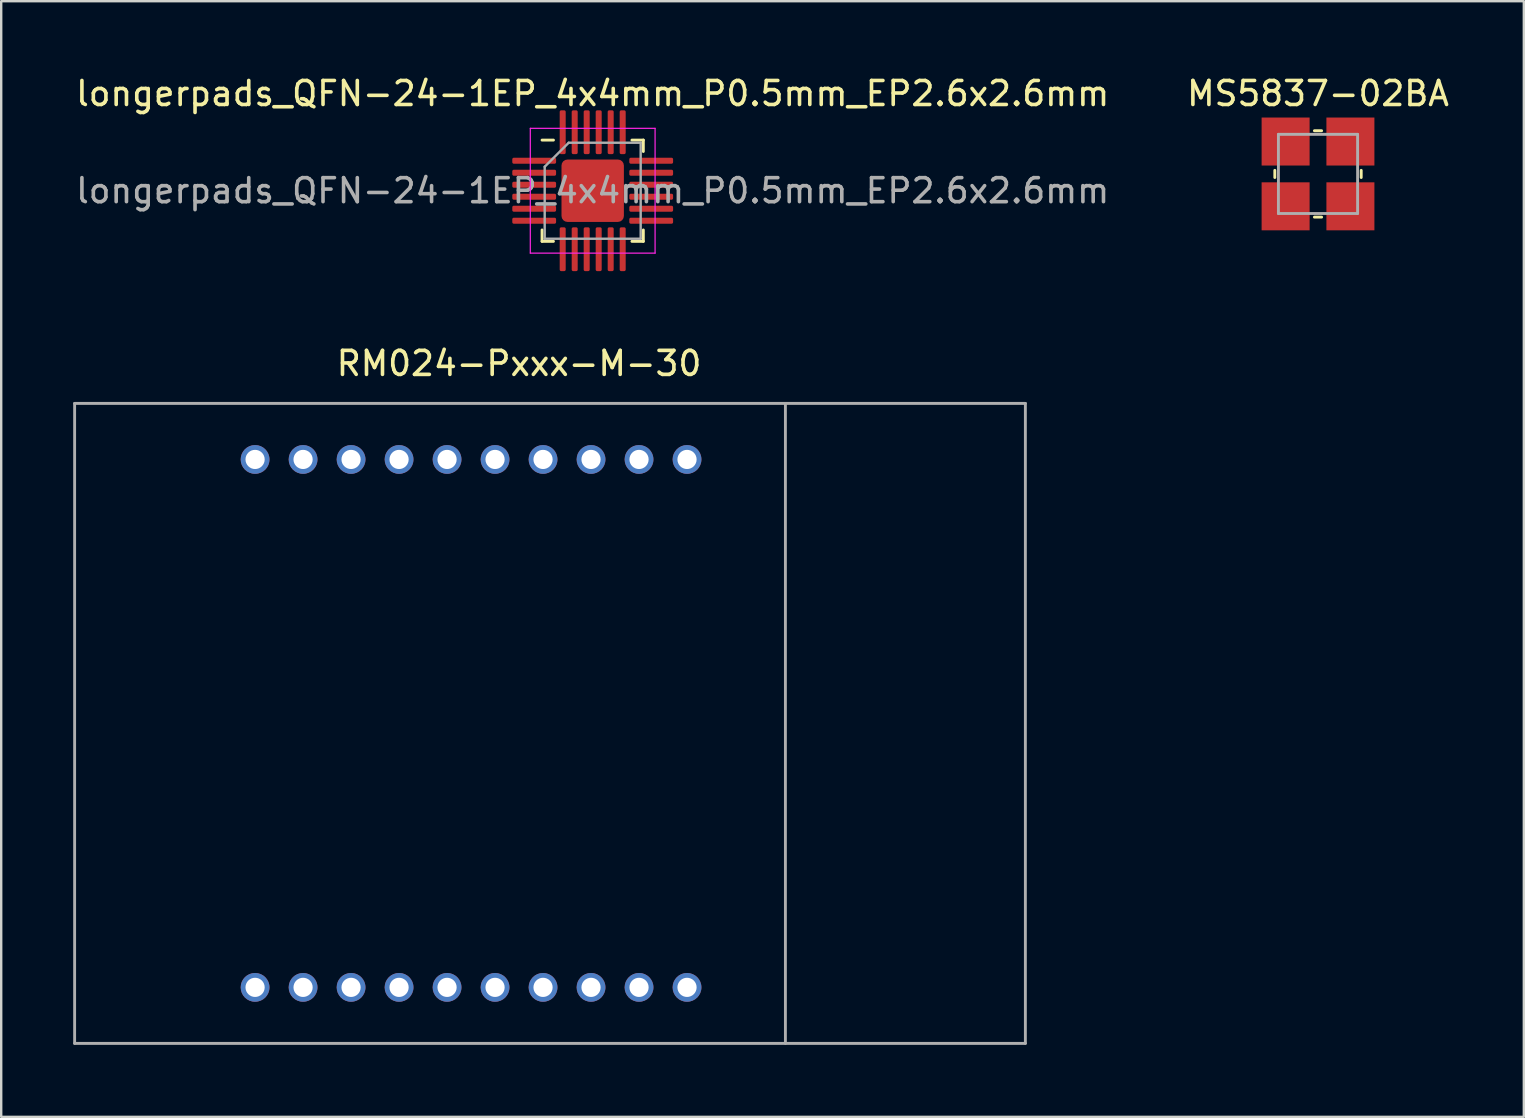
<source format=kicad_pcb>
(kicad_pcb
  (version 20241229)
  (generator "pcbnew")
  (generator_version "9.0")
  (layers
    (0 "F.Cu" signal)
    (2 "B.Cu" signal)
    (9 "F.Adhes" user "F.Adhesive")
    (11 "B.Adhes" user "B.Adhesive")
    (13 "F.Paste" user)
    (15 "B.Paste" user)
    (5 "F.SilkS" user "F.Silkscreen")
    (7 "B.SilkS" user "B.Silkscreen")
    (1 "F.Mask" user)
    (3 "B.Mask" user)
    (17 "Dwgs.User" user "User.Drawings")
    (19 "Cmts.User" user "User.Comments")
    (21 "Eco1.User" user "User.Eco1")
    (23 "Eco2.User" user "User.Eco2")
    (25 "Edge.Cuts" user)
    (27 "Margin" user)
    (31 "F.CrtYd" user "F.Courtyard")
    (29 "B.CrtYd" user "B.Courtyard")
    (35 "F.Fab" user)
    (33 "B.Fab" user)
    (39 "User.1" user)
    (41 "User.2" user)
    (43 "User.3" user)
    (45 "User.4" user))
  (footprint "longerpads_QFN-24-1EP_4x4mm_P0.5mm_EP2.6x2.6mm"
    (layer "F.Cu")
    (at 21.649 4.898)
    (property "Reference" "longerpads_QFN-24-1EP_4x4mm_P0.5mm_EP2.6x2.6mm" (at 0 -4.05 0) (layer "F.SilkS") (effects (font (size 1 1) (thickness 0.15))))
    (attr smd)
    (fp_line (start -2.11 2.11) (end -2.11 1.635) (stroke (width 0.12) (type solid)) (layer "F.SilkS"))
    (fp_line (start -1.635 -2.11) (end -2.11 -2.11) (stroke (width 0.12) (type solid)) (layer "F.SilkS"))
    (fp_line (start -1.635 2.11) (end -2.11 2.11) (stroke (width 0.12) (type solid)) (layer "F.SilkS"))
    (fp_line (start 1.635 -2.11) (end 2.11 -2.11) (stroke (width 0.12) (type solid)) (layer "F.SilkS"))
    (fp_line (start 1.635 2.11) (end 2.11 2.11) (stroke (width 0.12) (type solid)) (layer "F.SilkS"))
    (fp_line (start 2.11 -2.11) (end 2.11 -1.635) (stroke (width 0.12) (type solid)) (layer "F.SilkS"))
    (fp_line (start 2.11 2.11) (end 2.11 1.635) (stroke (width 0.12) (type solid)) (layer "F.SilkS"))
    (fp_line (start -2.6 -2.6) (end -2.6 2.6) (stroke (width 0.05) (type solid)) (layer "F.CrtYd"))
    (fp_line (start -2.6 2.6) (end 2.6 2.6) (stroke (width 0.05) (type solid)) (layer "F.CrtYd"))
    (fp_line (start 2.6 -2.6) (end -2.6 -2.6) (stroke (width 0.05) (type solid)) (layer "F.CrtYd"))
    (fp_line (start 2.6 2.6) (end 2.6 -2.6) (stroke (width 0.05) (type solid)) (layer "F.CrtYd"))
    (fp_line (start -2 -1) (end -1 -2) (stroke (width 0.1) (type solid)) (layer "F.Fab"))
    (fp_line (start -2 2) (end -2 -1) (stroke (width 0.1) (type solid)) (layer "F.Fab"))
    (fp_line (start -1 -2) (end 2 -2) (stroke (width 0.1) (type solid)) (layer "F.Fab"))
    (fp_line (start 2 -2) (end 2 2) (stroke (width 0.1) (type solid)) (layer "F.Fab"))
    (fp_line (start 2 2) (end -2 2) (stroke (width 0.1) (type solid)) (layer "F.Fab"))
    (fp_text user "${REFERENCE}" (at 0 0 0) (layer "F.Fab") (effects (font (size 1 1) (thickness 0.15))))
    (pad "" smd roundrect (at -0.65 -0.65) (size 1.05 1.05) (layers "F.Paste") (roundrect_rratio 0.238))
    (pad "" smd roundrect (at -0.65 0.65) (size 1.05 1.05) (layers "F.Paste") (roundrect_rratio 0.238))
    (pad "" smd roundrect (at 0.65 -0.65) (size 1.05 1.05) (layers "F.Paste") (roundrect_rratio 0.238))
    (pad "" smd roundrect (at 0.65 0.65) (size 1.05 1.05) (layers "F.Paste") (roundrect_rratio 0.238))
    (pad "1" smd roundrect (at -2.438 -1.25) (size 1.825 0.25) (layers "F.Cu" "F.Mask" "F.Paste") (roundrect_rratio 0.25))
    (pad "2" smd roundrect (at -2.438 -0.75) (size 1.825 0.25) (layers "F.Cu" "F.Mask" "F.Paste") (roundrect_rratio 0.25))
    (pad "3" smd roundrect (at -2.438 -0.25) (size 1.825 0.25) (layers "F.Cu" "F.Mask" "F.Paste") (roundrect_rratio 0.25))
    (pad "4" smd roundrect (at -2.438 0.25) (size 1.825 0.25) (layers "F.Cu" "F.Mask" "F.Paste") (roundrect_rratio 0.25))
    (pad "5" smd roundrect (at -2.438 0.75) (size 1.825 0.25) (layers "F.Cu" "F.Mask" "F.Paste") (roundrect_rratio 0.25))
    (pad "6" smd roundrect (at -2.438 1.25) (size 1.825 0.25) (layers "F.Cu" "F.Mask" "F.Paste") (roundrect_rratio 0.25))
    (pad "7" smd roundrect (at -1.25 2.438) (size 0.25 1.825) (layers "F.Cu" "F.Mask" "F.Paste") (roundrect_rratio 0.25))
    (pad "8" smd roundrect (at -0.75 2.438) (size 0.25 1.825) (layers "F.Cu" "F.Mask" "F.Paste") (roundrect_rratio 0.25))
    (pad "9" smd roundrect (at -0.25 2.438) (size 0.25 1.825) (layers "F.Cu" "F.Mask" "F.Paste") (roundrect_rratio 0.25))
    (pad "10" smd roundrect (at 0.25 2.438) (size 0.25 1.825) (layers "F.Cu" "F.Mask" "F.Paste") (roundrect_rratio 0.25))
    (pad "11" smd roundrect (at 0.75 2.438) (size 0.25 1.825) (layers "F.Cu" "F.Mask" "F.Paste") (roundrect_rratio 0.25))
    (pad "12" smd roundrect (at 1.25 2.438) (size 0.25 1.825) (layers "F.Cu" "F.Mask" "F.Paste") (roundrect_rratio 0.25))
    (pad "13" smd roundrect (at 2.438 1.25) (size 1.825 0.25) (layers "F.Cu" "F.Mask" "F.Paste") (roundrect_rratio 0.25))
    (pad "14" smd roundrect (at 2.438 0.75) (size 1.825 0.25) (layers "F.Cu" "F.Mask" "F.Paste") (roundrect_rratio 0.25))
    (pad "15" smd roundrect (at 2.438 0.25) (size 1.825 0.25) (layers "F.Cu" "F.Mask" "F.Paste") (roundrect_rratio 0.25))
    (pad "16" smd roundrect (at 2.438 -0.25) (size 1.825 0.25) (layers "F.Cu" "F.Mask" "F.Paste") (roundrect_rratio 0.25))
    (pad "17" smd roundrect (at 2.438 -0.75) (size 1.825 0.25) (layers "F.Cu" "F.Mask" "F.Paste") (roundrect_rratio 0.25))
    (pad "18" smd roundrect (at 2.438 -1.25) (size 1.825 0.25) (layers "F.Cu" "F.Mask" "F.Paste") (roundrect_rratio 0.25))
    (pad "19" smd roundrect (at 1.25 -2.438) (size 0.25 1.825) (layers "F.Cu" "F.Mask" "F.Paste") (roundrect_rratio 0.25))
    (pad "20" smd roundrect (at 0.75 -2.438) (size 0.25 1.825) (layers "F.Cu" "F.Mask" "F.Paste") (roundrect_rratio 0.25))
    (pad "21" smd roundrect (at 0.25 -2.438) (size 0.25 1.825) (layers "F.Cu" "F.Mask" "F.Paste") (roundrect_rratio 0.25))
    (pad "22" smd roundrect (at -0.25 -2.438) (size 0.25 1.825) (layers "F.Cu" "F.Mask" "F.Paste") (roundrect_rratio 0.25))
    (pad "23" smd roundrect (at -0.75 -2.438) (size 0.25 1.825) (layers "F.Cu" "F.Mask" "F.Paste") (roundrect_rratio 0.25))
    (pad "24" smd roundrect (at -1.25 -2.438) (size 0.25 1.825) (layers "F.Cu" "F.Mask" "F.Paste") (roundrect_rratio 0.25))
    (pad "25" smd roundrect (at 0 0) (size 2.6 2.6) (layers "F.Cu" "F.Mask") (roundrect_rratio 0.096)))
  (footprint "MS5837-02BA"
    (layer "F.Cu")
    (at 51.875 4.198)
    (property "Reference" "MS5837-02BA" (at 0 -3.35 0) (layer "F.SilkS") (effects (font (size 1 1) (thickness 0.15))))
    (attr through_hole)
    (fp_line (start -1.8 -0.15) (end -1.8 0.15) (stroke (width 0.12) (type solid)) (layer "F.SilkS"))
    (fp_line (start -0.15 -1.8) (end 0.15 -1.8) (stroke (width 0.12) (type solid)) (layer "F.SilkS"))
    (fp_line (start -0.15 1.8) (end 0.15 1.8) (stroke (width 0.12) (type solid)) (layer "F.SilkS"))
    (fp_line (start 1.8 -0.15) (end 1.8 0.15) (stroke (width 0.12) (type solid)) (layer "F.SilkS"))
    (fp_line (start -1.65 -1.65) (end -1.65 1.65) (stroke (width 0.12) (type solid)) (layer "F.Fab"))
    (fp_line (start -1.65 1.65) (end 1.65 1.65) (stroke (width 0.12) (type solid)) (layer "F.Fab"))
    (fp_line (start 1.65 -1.65) (end -1.65 -1.65) (stroke (width 0.12) (type solid)) (layer "F.Fab"))
    (fp_line (start 1.65 1.65) (end 1.65 -1.65) (stroke (width 0.12) (type solid)) (layer "F.Fab"))
    (pad "1" smd rect (at -1.35 -1.35) (size 2 2) (layers "F.Cu" "F.Mask" "F.Paste"))
    (pad "2" smd rect (at -1.35 1.35) (size 2 2) (layers "F.Cu" "F.Mask" "F.Paste"))
    (pad "3" smd rect (at 1.35 1.35) (size 2 2) (layers "F.Cu" "F.Mask" "F.Paste"))
    (pad "4" smd rect (at 1.35 -1.35) (size 2 2) (layers "F.Cu" "F.Mask" "F.Paste")))
  (footprint "RM024-Pxxx-M-30"
    (layer "F.Cu")
    (at 7.58 27.096)
    (property "Reference" "RM024-Pxxx-M-30" (at 11 -15 0) (layer "F.SilkS") (effects (font (size 1 1) (thickness 0.15))))
    (attr through_hole)
    (fp_line (start -7.52 -13.335) (end 32.1 -13.335) (stroke (width 0.12) (type solid)) (layer "F.Fab"))
    (fp_line (start -7.52 13.335) (end -7.52 -13.335) (stroke (width 0.12) (type solid)) (layer "F.Fab"))
    (fp_line (start -7.52 13.335) (end 32.1 13.335) (stroke (width 0.12) (type solid)) (layer "F.Fab"))
    (fp_line (start 22.1 -13.335) (end 22.1 13.335) (stroke (width 0.12) (type solid)) (layer "F.Fab"))
    (fp_line (start 32.1 13.335) (end 32.1 -13.335) (stroke (width 0.12) (type solid)) (layer "F.Fab"))
    (pad "1" thru_hole circle (at 18 -11) (size 1.2 1.2) (drill 0.8) (layers "*.Cu" "*.Mask"))
    (pad "2" thru_hole circle (at 16 -11) (size 1.2 1.2) (drill 0.8) (layers "*.Cu" "*.Mask"))
    (pad "3" thru_hole circle (at 14 -11) (size 1.2 1.2) (drill 0.8) (layers "*.Cu" "*.Mask"))
    (pad "4" thru_hole circle (at 12 -11) (size 1.2 1.2) (drill 0.8) (layers "*.Cu" "*.Mask"))
    (pad "5" thru_hole circle (at 10 -11) (size 1.2 1.2) (drill 0.8) (layers "*.Cu" "*.Mask"))
    (pad "6" thru_hole circle (at 8 -11) (size 1.2 1.2) (drill 0.8) (layers "*.Cu" "*.Mask"))
    (pad "7" thru_hole circle (at 6 -11) (size 1.2 1.2) (drill 0.8) (layers "*.Cu" "*.Mask"))
    (pad "8" thru_hole circle (at 4 -11) (size 1.2 1.2) (drill 0.8) (layers "*.Cu" "*.Mask"))
    (pad "9" thru_hole circle (at 2 -11) (size 1.2 1.2) (drill 0.8) (layers "*.Cu" "*.Mask"))
    (pad "10" thru_hole circle (at 0 -11) (size 1.2 1.2) (drill 0.8) (layers "*.Cu" "*.Mask"))
    (pad "11" thru_hole circle (at 0 11) (size 1.2 1.2) (drill 0.8) (layers "*.Cu" "*.Mask"))
    (pad "12" thru_hole circle (at 2 11) (size 1.2 1.2) (drill 0.8) (layers "*.Cu" "*.Mask"))
    (pad "13" thru_hole circle (at 4 11) (size 1.2 1.2) (drill 0.8) (layers "*.Cu" "*.Mask"))
    (pad "14" thru_hole circle (at 6 11) (size 1.2 1.2) (drill 0.8) (layers "*.Cu" "*.Mask"))
    (pad "15" thru_hole circle (at 8 11) (size 1.2 1.2) (drill 0.8) (layers "*.Cu" "*.Mask"))
    (pad "16" thru_hole circle (at 10 11) (size 1.2 1.2) (drill 0.8) (layers "*.Cu" "*.Mask"))
    (pad "17" thru_hole circle (at 12 11) (size 1.2 1.2) (drill 0.8) (layers "*.Cu" "*.Mask"))
    (pad "18" thru_hole circle (at 14 11) (size 1.2 1.2) (drill 0.8) (layers "*.Cu" "*.Mask"))
    (pad "19" thru_hole circle (at 16 11) (size 1.2 1.2) (drill 0.8) (layers "*.Cu" "*.Mask"))
    (pad "20" thru_hole circle (at 18 11) (size 1.2 1.2) (drill 0.8) (layers "*.Cu" "*.Mask")))
  (gr_rect
    (start -3 -3)
    (end 60.452 43.492)
    (stroke (width 0.1) (type default))
    (fill no)
    (layer "Edge.Cuts")))
</source>
